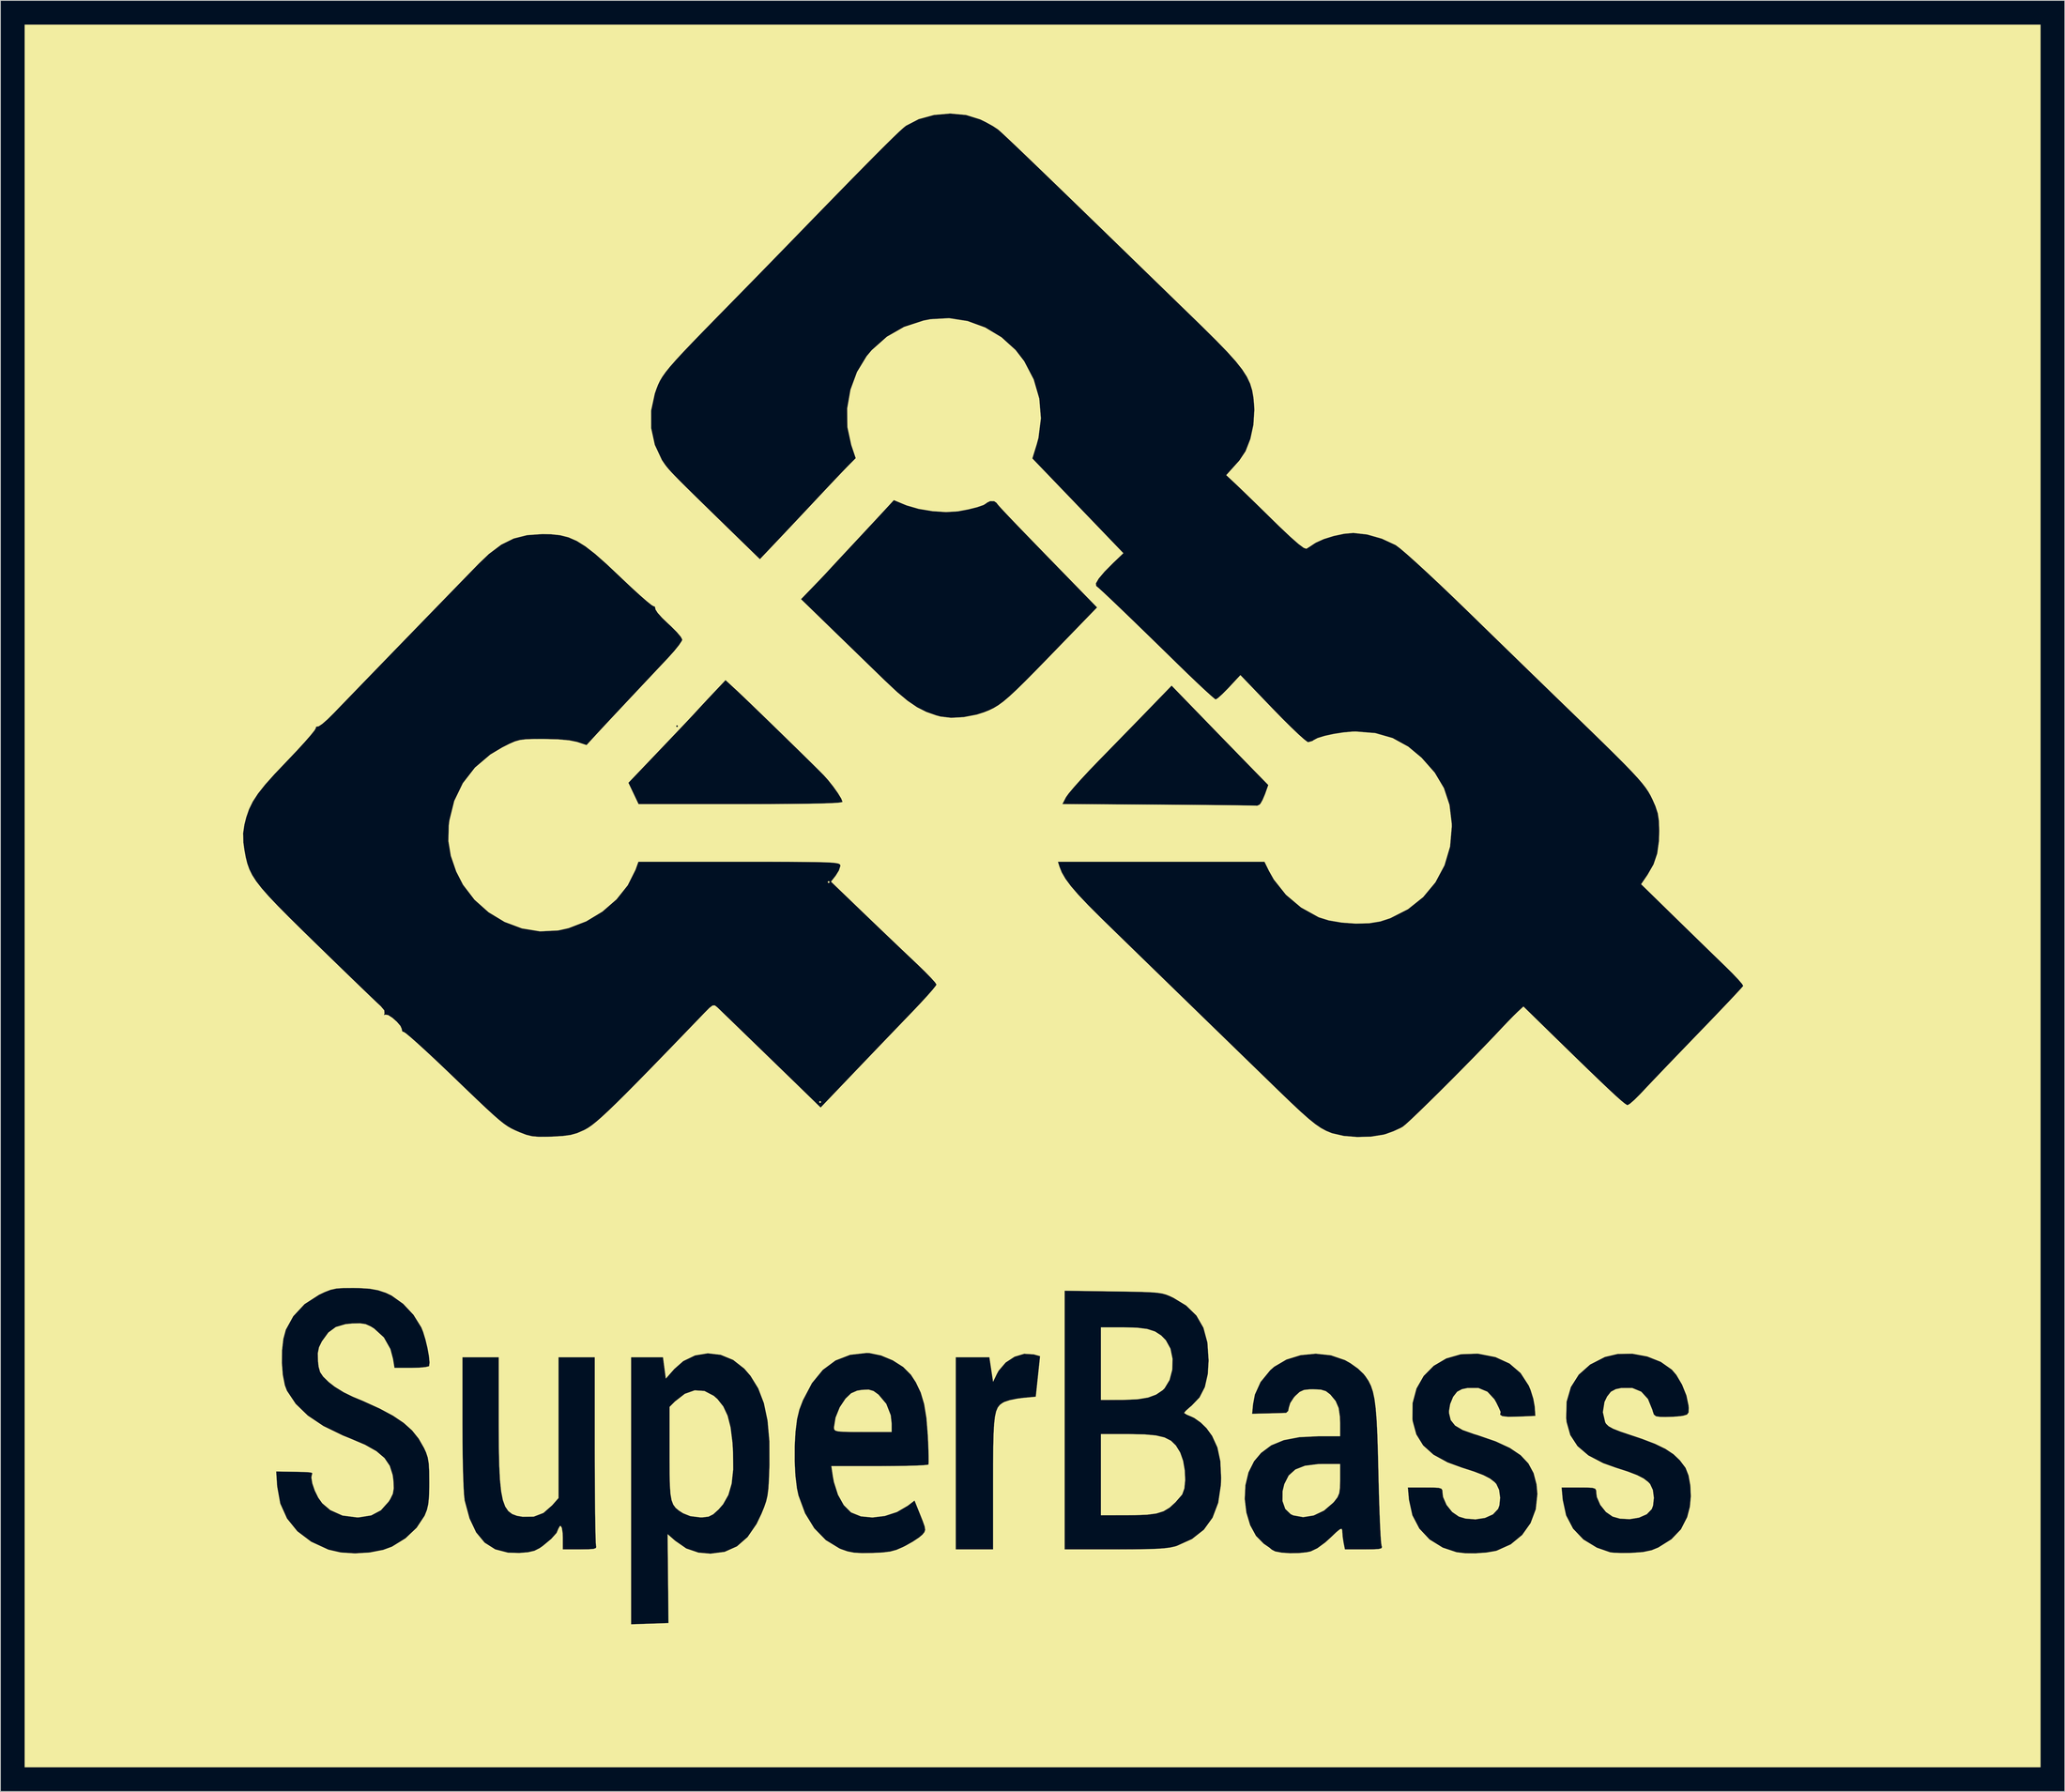
<source format=kicad_pcb>
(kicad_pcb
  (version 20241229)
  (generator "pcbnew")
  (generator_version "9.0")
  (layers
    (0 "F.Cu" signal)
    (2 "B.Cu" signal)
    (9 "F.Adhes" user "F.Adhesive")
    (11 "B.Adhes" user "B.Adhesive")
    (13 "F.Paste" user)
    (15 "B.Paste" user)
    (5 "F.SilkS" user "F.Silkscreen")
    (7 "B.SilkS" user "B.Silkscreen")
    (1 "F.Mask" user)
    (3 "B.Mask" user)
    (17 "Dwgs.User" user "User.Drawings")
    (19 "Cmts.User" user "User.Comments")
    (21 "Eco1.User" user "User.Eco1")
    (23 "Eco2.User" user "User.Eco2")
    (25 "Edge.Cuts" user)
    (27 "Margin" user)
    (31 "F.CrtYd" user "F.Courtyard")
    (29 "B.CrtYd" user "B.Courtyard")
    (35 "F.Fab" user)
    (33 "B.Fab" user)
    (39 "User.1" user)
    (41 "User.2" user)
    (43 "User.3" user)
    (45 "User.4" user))
  (footprint "logo_big"
    (layer "F.Cu")
    (at 124.888 107.955)
    (property "Reference" "logo_big" (at 0 0 0) (layer "F.SilkS") (effects (font (size 1.524 1.524) (thickness 0.3))))
    (attr through_hole)
    (fp_poly (pts (xy -26.194 25.532) (xy -26.326 25.665) (xy -26.458 25.532) (xy -26.326 25.4) (xy -26.194 25.532)) (stroke (width 0.01) (type solid)) (fill yes) (layer "F.SilkS"))
    (fp_poly (pts (xy -25.135 -1.72) (xy -25.268 -1.587) (xy -25.4 -1.72) (xy -25.268 -1.852) (xy -25.135 -1.72)) (stroke (width 0.01) (type solid)) (fill yes) (layer "F.SilkS"))
    (fp_poly (pts (xy 12.947 53.492) (xy 14.209 53.654) (xy 15.166 53.963) (xy 15.928 54.455) (xy 16.507 55.046) (xy 17.081 56.088) (xy 17.342 57.365) (xy 17.3 58.715) (xy 16.967 59.979) (xy 16.353 60.997) (xy 16.099 61.245) (xy 15.294 61.783) (xy 14.316 62.144) (xy 13.058 62.354) (xy 11.414 62.437) (xy 10.914 62.44) (xy 8.467 62.442) (xy 8.467 53.446) (xy 11.271 53.446) (xy 12.947 53.492)) (stroke (width 0.01) (type solid)) (fill yes) (layer "F.SilkS"))
    (fp_poly (pts (xy -19.707 61.34) (xy -19.094 61.784) (xy -18.131 62.927) (xy -17.576 64.338) (xy -17.462 65.384) (xy -17.462 66.41) (xy -21.034 66.41) (xy -22.468 66.407) (xy -23.456 66.388) (xy -24.08 66.34) (xy -24.425 66.25) (xy -24.572 66.105) (xy -24.606 65.892) (xy -24.606 65.846) (xy -24.411 64.637) (xy -23.893 63.356) (xy -23.173 62.278) (xy -22.483 61.62) (xy -21.738 61.295) (xy -21.154 61.198) (xy -20.314 61.161) (xy -19.707 61.34)) (stroke (width 0.01) (type solid)) (fill yes) (layer "F.SilkS"))
    (fp_poly (pts (xy 38.1 72.297) (xy 38.081 73.324) (xy 37.99 74.001) (xy 37.773 74.508) (xy 37.377 75.023) (xy 37.24 75.178) (xy 36.107 76.149) (xy 34.828 76.755) (xy 33.52 76.964) (xy 32.303 76.745) (xy 31.983 76.596) (xy 31.31 75.947) (xy 30.966 74.97) (xy 30.973 73.769) (xy 31.191 72.873) (xy 31.733 71.806) (xy 32.567 71.057) (xy 33.749 70.596) (xy 35.337 70.394) (xy 36.025 70.379) (xy 38.1 70.379) (xy 38.1 72.297)) (stroke (width 0.01) (type solid)) (fill yes) (layer "F.SilkS"))
    (fp_poly (pts (xy 13.832 66.711) (xy 15.267 66.84) (xy 16.343 67.092) (xy 17.143 67.498) (xy 17.75 68.087) (xy 18.248 68.892) (xy 18.305 69.006) (xy 18.649 69.994) (xy 18.851 71.166) (xy 18.905 72.357) (xy 18.805 73.401) (xy 18.545 74.134) (xy 18.49 74.21) (xy 17.699 75.119) (xy 16.98 75.779) (xy 16.226 76.231) (xy 15.329 76.512) (xy 14.181 76.662) (xy 12.676 76.721) (xy 11.576 76.728) (xy 8.467 76.729) (xy 8.467 66.675) (xy 11.955 66.675) (xy 13.832 66.711)) (stroke (width 0.01) (type solid)) (fill yes) (layer "F.SilkS"))
    (fp_poly (pts (xy -40.657 61.335) (xy -39.505 61.936) (xy -39.047 62.341) (xy -38.325 63.252) (xy -37.791 64.393) (xy -37.422 65.845) (xy -37.192 67.689) (xy -37.116 68.924) (xy -37.101 71.078) (xy -37.288 72.815) (xy -37.697 74.217) (xy -38.347 75.364) (xy -38.9 76.002) (xy -39.565 76.604) (xy -40.142 76.898) (xy -40.873 76.989) (xy -41.178 76.993) (xy -42.414 76.839) (xy -43.295 76.486) (xy -43.821 76.15) (xy -44.224 75.815) (xy -44.521 75.409) (xy -44.728 74.861) (xy -44.861 74.098) (xy -44.936 73.048) (xy -44.97 71.638) (xy -44.979 69.797) (xy -44.979 69.033) (xy -44.979 63.308) (xy -44.306 62.635) (xy -43.087 61.686) (xy -41.861 61.253) (xy -40.657 61.335)) (stroke (width 0.01) (type solid)) (fill yes) (layer "F.SilkS"))
    (fp_poly (pts (xy 124.883 107.95) (xy -124.883 107.95) (xy -124.883 71.305) (xy -93.722 71.305) (xy -93.599 73.157) (xy -93.217 75.278) (xy -92.38 77.137) (xy -91.099 78.719) (xy -89.387 80.01) (xy -87.255 80.993) (xy -87.24 80.998) (xy -85.722 81.345) (xy -83.955 81.459) (xy -82.134 81.348) (xy -80.457 81.022) (xy -79.375 80.626) (xy -77.698 79.592) (xy -76.314 78.284) (xy -75.337 76.81) (xy -75.299 76.729) (xy -75.038 76.072) (xy -74.872 75.357) (xy -74.781 74.444) (xy -74.747 73.193) (xy -74.745 72.628) (xy -74.759 71.275) (xy -74.815 70.306) (xy -74.937 69.576) (xy -75.146 68.942) (xy -75.395 68.397) (xy -76.06 67.238) (xy -76.878 66.217) (xy -77.914 65.286) (xy -79.233 64.397) (xy -80.902 63.503) (xy -82.986 62.557) (xy -84.217 62.045) (xy -85.343 61.496) (xy -86.46 60.806) (xy -87.21 60.223) (xy -87.895 59.553) (xy -88.273 58.994) (xy -88.458 58.332) (xy -88.532 57.679) (xy -88.564 56.677) (xy -88.412 55.921) (xy -88.053 55.191) (xy -87.254 54.092) (xy -86.331 53.411) (xy -85.14 53.059) (xy -84.333 52.976) (xy -83.337 52.951) (xy -82.635 53.056) (xy -81.997 53.343) (xy -81.582 53.602) (xy -80.378 54.702) (xy -79.569 56.137) (xy -79.248 57.348) (xy -79.064 58.473) (xy -76.986 58.473) (xy -75.99 58.446) (xy -75.215 58.375) (xy -74.799 58.274) (xy -74.769 58.247) (xy -74.713 57.806) (xy -74.776 57.15) (xy -70.644 57.15) (xy -70.644 65.339) (xy -70.634 67.619) (xy -70.608 69.717) (xy -70.565 71.563) (xy -70.51 73.089) (xy -70.443 74.227) (xy -70.366 74.908) (xy -70.362 74.93) (xy -69.767 77.129) (xy -68.95 78.855) (xy -67.894 80.127) (xy -66.583 80.959) (xy -64.999 81.369) (xy -63.604 81.408) (xy -62.501 81.316) (xy -61.725 81.136) (xy -61.074 80.808) (xy -60.694 80.542) (xy -59.638 79.666) (xy -58.974 78.925) (xy -58.746 78.383) (xy -58.57 78.075) (xy -58.473 78.052) (xy -58.328 78.291) (xy -58.232 78.908) (xy -58.208 79.507) (xy -58.208 80.963) (xy -56.063 80.963) (xy -55 80.949) (xy -54.373 80.897) (xy -54.091 80.787) (xy -54.061 80.599) (xy -54.079 80.544) (xy -54.113 80.198) (xy -54.144 79.38) (xy -54.172 78.145) (xy -54.197 76.55) (xy -54.216 74.652) (xy -54.23 72.506) (xy -54.238 70.17) (xy -54.24 68.638) (xy -54.24 57.15) (xy -49.742 57.15) (xy -49.742 90.244) (xy -47.427 90.167) (xy -45.111 90.091) (xy -45.165 84.584) (xy -45.219 79.077) (xy -44.296 79.888) (xy -42.915 80.847) (xy -41.404 81.362) (xy -39.909 81.492) (xy -38.155 81.268) (xy -36.63 80.59) (xy -35.315 79.443) (xy -34.195 77.815) (xy -33.592 76.558) (xy -33.25 75.721) (xy -33.007 75.015) (xy -32.843 74.312) (xy -32.736 73.49) (xy -32.666 72.424) (xy -32.613 70.988) (xy -32.599 70.5) (xy -32.6 70.032) (xy -29.482 70.032) (xy -29.39 71.827) (xy -29.199 73.404) (xy -29.011 74.283) (xy -28.192 76.494) (xy -27.051 78.351) (xy -25.622 79.815) (xy -23.935 80.844) (xy -23.724 80.933) (xy -22.927 81.211) (xy -22.121 81.368) (xy -21.132 81.425) (xy -19.844 81.407) (xy -18.568 81.345) (xy -17.637 81.23) (xy -16.868 81.021) (xy -16.075 80.679) (xy -15.743 80.512) (xy -14.84 80.004) (xy -14.071 79.495) (xy -13.65 79.139) (xy -13.402 78.833) (xy -13.304 78.536) (xy -13.37 78.11) (xy -13.615 77.422) (xy -13.885 76.743) (xy -14.625 74.906) (xy -15.466 75.548) (xy -16.805 76.329) (xy -18.312 76.82) (xy -19.848 77.005) (xy -21.276 76.867) (xy -22.458 76.391) (xy -22.52 76.35) (xy -23.394 75.474) (xy -24.11 74.192) (xy -24.613 72.614) (xy -24.745 71.901) (xy -24.931 70.644) (xy -18.963 70.644) (xy -17.243 70.635) (xy -15.708 70.612) (xy -14.436 70.576) (xy -13.501 70.529) (xy -12.98 70.475) (xy -12.899 70.445) (xy -12.876 70.12) (xy -12.881 69.373) (xy -12.913 68.308) (xy -12.969 67.032) (xy -12.981 66.807) (xy -13.15 64.679) (xy -13.431 62.955) (xy -13.858 61.52) (xy -14.463 60.254) (xy -15.077 59.314) (xy -16.027 58.36) (xy -17.32 57.536) (xy -18.247 57.15) (xy -9.525 57.15) (xy -9.525 80.963) (xy 3.969 80.963) (xy 10.272 80.963) (xy 12.385 80.956) (xy 14.043 80.934) (xy 15.321 80.893) (xy 16.291 80.828) (xy 17.029 80.734) (xy 17.608 80.608) (xy 17.878 80.526) (xy 19.755 79.679) (xy 21.226 78.522) (xy 22.304 77.033) (xy 23.002 75.194) (xy 23.074 74.713) (xy 26.283 74.713) (xy 26.485 76.402) (xy 26.955 77.967) (xy 27.679 79.293) (xy 28.642 80.267) (xy 28.773 80.354) (xy 29.316 80.727) (xy 29.628 80.989) (xy 29.633 80.996) (xy 30.06 81.217) (xy 30.861 81.367) (xy 31.883 81.438) (xy 32.975 81.423) (xy 33.986 81.316) (xy 34.463 81.213) (xy 35.285 80.821) (xy 36.273 80.095) (xy 36.911 79.517) (xy 37.642 78.821) (xy 38.079 78.465) (xy 38.295 78.411) (xy 38.363 78.617) (xy 38.365 78.703) (xy 38.418 79.413) (xy 38.53 80.136) (xy 38.695 80.963) (xy 41.072 80.963) (xy 42.196 80.954) (xy 42.881 80.915) (xy 43.218 80.826) (xy 43.297 80.669) (xy 43.243 80.499) (xy 43.188 80.129) (xy 43.126 79.297) (xy 43.062 78.07) (xy 42.997 76.516) (xy 42.936 74.702) (xy 42.897 73.29) (xy 46.493 73.29) (xy 46.633 74.83) (xy 47.052 76.734) (xy 47.916 78.385) (xy 49.186 79.736) (xy 50.82 80.745) (xy 52.52 81.311) (xy 53.575 81.439) (xy 54.899 81.449) (xy 56.244 81.353) (xy 57.366 81.159) (xy 57.516 81.117) (xy 59.248 80.339) (xy 60.658 79.18) (xy 61.705 77.707) (xy 62.349 75.988) (xy 62.55 74.089) (xy 62.478 73.29) (xy 65.543 73.29) (xy 65.683 74.83) (xy 66.099 76.746) (xy 66.959 78.389) (xy 68.239 79.734) (xy 69.915 80.753) (xy 71.57 81.327) (xy 72.079 81.382) (xy 72.946 81.408) (xy 74.002 81.4) (xy 74.217 81.395) (xy 75.622 81.294) (xy 76.695 81.068) (xy 77.524 80.731) (xy 79.159 79.706) (xy 80.335 78.475) (xy 81.107 76.968) (xy 81.444 75.671) (xy 81.561 74.379) (xy 81.498 73.024) (xy 81.275 71.793) (xy 80.914 70.874) (xy 80.876 70.813) (xy 80.197 69.917) (xy 79.405 69.164) (xy 78.411 68.503) (xy 77.13 67.882) (xy 75.474 67.249) (xy 74.126 66.798) (xy 72.821 66.359) (xy 71.936 66.01) (xy 71.379 65.704) (xy 71.059 65.396) (xy 70.948 65.202) (xy 70.661 63.963) (xy 70.862 62.695) (xy 71.186 62.024) (xy 71.656 61.428) (xy 72.256 61.109) (xy 72.936 60.966) (xy 74.31 60.967) (xy 75.412 61.422) (xy 76.241 62.329) (xy 76.793 63.687) (xy 76.829 63.831) (xy 76.972 64.253) (xy 77.237 64.47) (xy 77.773 64.549) (xy 78.421 64.558) (xy 79.396 64.529) (xy 80.276 64.455) (xy 80.604 64.405) (xy 81.085 64.264) (xy 81.286 63.989) (xy 81.299 63.409) (xy 81.279 63.148) (xy 81.014 61.888) (xy 80.473 60.543) (xy 79.763 59.338) (xy 79.205 58.686) (xy 77.834 57.722) (xy 76.16 57.058) (xy 74.336 56.72) (xy 72.513 56.739) (xy 70.908 57.117) (xy 69.078 58.055) (xy 67.666 59.308) (xy 66.69 60.848) (xy 66.165 62.65) (xy 66.108 64.685) (xy 66.165 65.202) (xy 66.615 66.798) (xy 67.51 68.168) (xy 68.865 69.324) (xy 70.695 70.281) (xy 72.214 70.823) (xy 73.773 71.328) (xy 74.909 71.766) (xy 75.713 72.18) (xy 76.28 72.617) (xy 76.506 72.859) (xy 76.85 73.597) (xy 76.978 74.573) (xy 76.873 75.536) (xy 76.708 75.975) (xy 76.098 76.602) (xy 75.138 77.025) (xy 73.978 77.217) (xy 72.765 77.149) (xy 71.866 76.892) (xy 71.036 76.32) (xy 70.34 75.448) (xy 69.916 74.477) (xy 69.85 73.986) (xy 69.832 73.643) (xy 69.705 73.436) (xy 69.364 73.332) (xy 68.7 73.294) (xy 67.697 73.29) (xy 65.543 73.29) (xy 62.478 73.29) (xy 62.443 72.898) (xy 62.075 71.502) (xy 61.433 70.31) (xy 60.467 69.283) (xy 59.128 68.383) (xy 57.366 67.568) (xy 55.133 66.8) (xy 54.688 66.667) (xy 53.288 66.171) (xy 52.35 65.615) (xy 51.81 64.937) (xy 51.602 64.079) (xy 51.594 63.826) (xy 51.739 62.961) (xy 52.094 62.094) (xy 52.136 62.024) (xy 52.606 61.428) (xy 53.206 61.109) (xy 53.886 60.966) (xy 55.248 60.967) (xy 56.35 61.426) (xy 57.21 62.354) (xy 57.444 62.763) (xy 57.773 63.435) (xy 57.963 63.876) (xy 57.983 63.963) (xy 57.918 64.27) (xy 58.201 64.454) (xy 58.89 64.532) (xy 60.042 64.517) (xy 60.121 64.514) (xy 62.299 64.423) (xy 62.214 63.234) (xy 62.043 62.29) (xy 61.705 61.208) (xy 61.478 60.668) (xy 60.467 59.108) (xy 59.09 57.928) (xy 57.353 57.133) (xy 55.259 56.724) (xy 55.091 56.71) (xy 53.067 56.78) (xy 51.253 57.298) (xy 49.698 58.212) (xy 48.452 59.471) (xy 47.564 61.022) (xy 47.084 62.814) (xy 47.06 64.795) (xy 47.096 65.092) (xy 47.539 66.711) (xy 48.388 68.083) (xy 49.671 69.233) (xy 51.413 70.185) (xy 53.164 70.823) (xy 54.723 71.328) (xy 55.859 71.766) (xy 56.663 72.18) (xy 57.23 72.617) (xy 57.456 72.859) (xy 57.797 73.589) (xy 57.929 74.558) (xy 57.833 75.512) (xy 57.671 75.95) (xy 57.037 76.618) (xy 56.056 77.058) (xy 54.873 77.241) (xy 53.63 77.14) (xy 52.816 76.892) (xy 51.986 76.32) (xy 51.29 75.448) (xy 50.866 74.477) (xy 50.8 73.986) (xy 50.782 73.643) (xy 50.655 73.436) (xy 50.314 73.332) (xy 49.65 73.294) (xy 48.647 73.29) (xy 46.493 73.29) (xy 42.897 73.29) (xy 42.88 72.695) (xy 42.854 71.57) (xy 42.789 68.899) (xy 42.717 66.698) (xy 42.628 64.909) (xy 42.513 63.473) (xy 42.365 62.331) (xy 42.173 61.424) (xy 41.93 60.693) (xy 41.626 60.079) (xy 41.253 59.524) (xy 41.003 59.209) (xy 40.311 58.552) (xy 39.372 57.883) (xy 38.698 57.504) (xy 36.96 56.911) (xy 35.088 56.713) (xy 33.21 56.894) (xy 31.451 57.437) (xy 29.937 58.324) (xy 29.435 58.765) (xy 28.242 60.223) (xy 27.538 61.779) (xy 27.313 62.971) (xy 27.198 64.161) (xy 29.143 64.115) (xy 30.14 64.089) (xy 30.947 64.066) (xy 31.401 64.05) (xy 31.419 64.049) (xy 31.674 63.808) (xy 31.75 63.407) (xy 31.927 62.831) (xy 32.369 62.152) (xy 32.546 61.952) (xy 33.09 61.454) (xy 33.629 61.205) (xy 34.384 61.123) (xy 34.783 61.119) (xy 35.714 61.166) (xy 36.334 61.354) (xy 36.855 61.75) (xy 36.915 61.81) (xy 37.546 62.579) (xy 37.916 63.437) (xy 38.078 64.549) (xy 38.1 65.369) (xy 38.1 66.94) (xy 35.364 66.94) (xy 33.034 67.057) (xy 31.122 67.424) (xy 29.567 68.064) (xy 28.31 69.001) (xy 27.437 70.038) (xy 26.745 71.417) (xy 26.365 73.013) (xy 26.283 74.713) (xy 23.074 74.713) (xy 23.333 72.985) (xy 23.364 72.099) (xy 23.266 70.027) (xy 22.903 68.326) (xy 22.246 66.891) (xy 21.546 65.932) (xy 20.827 65.235) (xy 20.048 64.684) (xy 19.703 64.519) (xy 19.106 64.268) (xy 18.797 64.07) (xy 18.785 64.042) (xy 18.973 63.804) (xy 19.447 63.375) (xy 19.7 63.167) (xy 20.685 62.14) (xy 21.347 60.852) (xy 21.714 59.231) (xy 21.814 57.547) (xy 21.665 55.335) (xy 21.169 53.497) (xy 20.299 51.983) (xy 19.028 50.744) (xy 17.464 49.796) (xy 16.981 49.566) (xy 16.538 49.39) (xy 16.055 49.26) (xy 15.452 49.167) (xy 14.65 49.104) (xy 13.568 49.06) (xy 12.127 49.028) (xy 10.246 49) (xy 9.988 48.996) (xy 3.969 48.912) (xy 3.969 80.963) (xy -9.525 80.963) (xy -4.895 80.962) (xy -4.895 72.826) (xy -4.891 70.33) (xy -4.873 68.307) (xy -4.834 66.704) (xy -4.766 65.466) (xy -4.662 64.537) (xy -4.514 63.862) (xy -4.314 63.388) (xy -4.055 63.058) (xy -3.729 62.819) (xy -3.488 62.691) (xy -2.831 62.473) (xy -1.89 62.283) (xy -1.191 62.193) (xy 0.397 62.045) (xy 0.663 59.531) (xy 0.929 57.018) (xy 0.139 56.796) (xy -1.034 56.723) (xy -2.238 57.084) (xy -3.341 57.807) (xy -4.21 58.822) (xy -4.426 59.216) (xy -4.893 60.193) (xy -5.123 58.671) (xy -5.352 57.15) (xy -9.525 57.15) (xy -18.247 57.15) (xy -18.775 56.931) (xy -20.206 56.636) (xy -20.561 56.621) (xy -22.611 56.853) (xy -24.422 57.551) (xy -25.996 58.718) (xy -27.339 60.358) (xy -28.454 62.472) (xy -28.9 63.632) (xy -29.185 64.82) (xy -29.378 66.381) (xy -29.478 68.168) (xy -29.482 70.032) (xy -32.6 70.032) (xy -32.608 67.527) (xy -32.835 64.99) (xy -33.291 62.833) (xy -33.992 61.004) (xy -34.952 59.449) (xy -35.72 58.561) (xy -37.099 57.483) (xy -38.637 56.852) (xy -40.241 56.666) (xy -41.821 56.925) (xy -43.284 57.628) (xy -44.398 58.609) (xy -45.441 59.793) (xy -45.616 58.472) (xy -45.791 57.15) (xy -49.742 57.15) (xy -54.24 57.15) (xy -58.737 57.15) (xy -58.737 74.594) (xy -59.53 75.497) (xy -60.607 76.441) (xy -61.802 76.899) (xy -63.165 76.921) (xy -63.884 76.799) (xy -64.478 76.577) (xy -64.959 76.21) (xy -65.34 75.651) (xy -65.63 74.853) (xy -65.843 73.769) (xy -65.989 72.354) (xy -66.081 70.561) (xy -66.129 68.343) (xy -66.145 65.653) (xy -66.146 64.942) (xy -66.146 57.15) (xy -70.644 57.15) (xy -74.776 57.15) (xy -74.789 57.012) (xy -74.968 56.014) (xy -75.219 54.962) (xy -75.511 54.006) (xy -75.738 53.446) (xy -76.706 51.893) (xy -77.981 50.535) (xy -79.423 49.507) (xy -80.131 49.171) (xy -81.105 48.851) (xy -82.144 48.663) (xy -83.434 48.579) (xy -84.143 48.568) (xy -85.375 48.575) (xy -86.26 48.639) (xy -86.982 48.797) (xy -87.723 49.085) (xy -88.412 49.412) (xy -90.205 50.568) (xy -91.602 52.066) (xy -92.525 53.739) (xy -92.833 54.873) (xy -92.995 56.299) (xy -93.017 57.848) (xy -92.9 59.348) (xy -92.648 60.628) (xy -92.388 61.31) (xy -91.301 62.934) (xy -89.807 64.381) (xy -87.871 65.678) (xy -85.459 66.85) (xy -84.581 67.203) (xy -82.706 68.002) (xy -81.298 68.797) (xy -80.299 69.646) (xy -79.649 70.605) (xy -79.29 71.733) (xy -79.195 72.441) (xy -79.154 73.393) (xy -79.268 74.075) (xy -79.594 74.739) (xy -79.79 75.045) (xy -80.745 76.112) (xy -81.947 76.749) (xy -83.463 76.99) (xy -83.717 76.994) (xy -85.501 76.766) (xy -87.017 76.089) (xy -88.008 75.248) (xy -88.503 74.553) (xy -88.933 73.678) (xy -89.237 72.788) (xy -89.358 72.05) (xy -89.288 71.689) (xy -89.231 71.549) (xy -89.326 71.457) (xy -89.662 71.4) (xy -90.326 71.366) (xy -91.408 71.343) (xy -91.774 71.337) (xy -93.722 71.305) (xy -124.883 71.305) (xy -124.883 -7.76) (xy -97.819 -7.76) (xy -97.789 -6.63) (xy -97.654 -5.66) (xy -97.493 -4.795) (xy -97.303 -4.024) (xy -97.047 -3.302) (xy -96.691 -2.581) (xy -96.197 -1.815) (xy -95.529 -0.956) (xy -94.653 0.042) (xy -93.532 1.225) (xy -92.13 2.641) (xy -90.411 4.337) (xy -88.697 6.01) (xy -87.048 7.615) (xy -85.495 9.122) (xy -84.084 10.487) (xy -82.862 11.666) (xy -81.875 12.613) (xy -81.169 13.286) (xy -80.79 13.638) (xy -80.768 13.657) (xy -80.324 14.184) (xy -80.308 14.564) (xy -80.368 14.774) (xy -80.206 14.707) (xy -79.851 14.76) (xy -79.322 15.1) (xy -78.764 15.594) (xy -78.324 16.108) (xy -78.149 16.509) (xy -78.159 16.566) (xy -78.072 16.82) (xy -77.945 16.834) (xy -77.677 17.003) (xy -77.081 17.495) (xy -76.208 18.267) (xy -75.107 19.271) (xy -73.83 20.462) (xy -72.428 21.795) (xy -72.052 22.156) (xy -70.298 23.843) (xy -68.876 25.204) (xy -67.737 26.28) (xy -66.832 27.111) (xy -66.112 27.74) (xy -65.528 28.207) (xy -65.031 28.552) (xy -64.572 28.818) (xy -64.103 29.045) (xy -63.573 29.274) (xy -63.539 29.288) (xy -62.745 29.593) (xy -62.022 29.771) (xy -61.196 29.845) (xy -60.09 29.839) (xy -59.509 29.819) (xy -58.199 29.743) (xy -57.235 29.613) (xy -56.436 29.389) (xy -55.618 29.032) (xy -55.449 28.948) (xy -55.06 28.725) (xy -54.604 28.409) (xy -54.054 27.972) (xy -53.383 27.387) (xy -52.564 26.628) (xy -51.569 25.669) (xy -50.372 24.483) (xy -48.944 23.043) (xy -47.259 21.323) (xy -45.29 19.295) (xy -43.009 16.934) (xy -40.651 14.486) (xy -40.03 13.86) (xy -39.644 13.571) (xy -39.366 13.566) (xy -39.072 13.795) (xy -39.041 13.824) (xy -38.575 14.274) (xy -37.798 15.025) (xy -36.78 16.01) (xy -35.59 17.163) (xy -34.296 18.417) (xy -32.968 19.704) (xy -31.674 20.959) (xy -30.485 22.113) (xy -29.469 23.099) (xy -28.807 23.743) (xy -26.261 26.22) (xy -22.14 21.907) (xy -20.698 20.4) (xy -19.146 18.78) (xy -17.602 17.171) (xy -16.183 15.695) (xy -15.007 14.473) (xy -14.962 14.427) (xy -13.944 13.355) (xy -13.07 12.404) (xy -12.4 11.642) (xy -11.997 11.139) (xy -11.906 10.975) (xy -12.089 10.698) (xy -12.591 10.139) (xy -13.338 9.373) (xy -14.261 8.476) (xy -14.486 8.263) (xy -15.526 7.279) (xy -16.83 6.039) (xy -18.281 4.655) (xy -19.762 3.238) (xy -21.019 2.031) (xy -24.973 -1.771) (xy -24.393 -2.509) (xy -23.997 -3.146) (xy -23.814 -3.704) (xy -23.812 -3.74) (xy -23.831 -3.854) (xy -23.915 -3.949) (xy -24.11 -4.027) (xy -24.46 -4.089) (xy -25.009 -4.137) (xy -25.802 -4.173) (xy -26.882 -4.199) (xy -28.294 -4.216) (xy -30.083 -4.226) (xy -32.292 -4.232) (xy -34.966 -4.233) (xy -36.327 -4.233) (xy -48.842 -4.233) (xy -49.2 -3.241) (xy -50.161 -1.323) (xy -51.555 0.426) (xy -53.299 1.939) (xy -55.308 3.149) (xy -57.495 3.99) (xy -58.766 4.274) (xy -61.025 4.39) (xy -63.268 4.024) (xy -65.42 3.219) (xy -67.404 2.02) (xy -69.146 0.469) (xy -70.569 -1.388) (xy -71.409 -3.024) (xy -72.08 -4.976) (xy -72.38 -6.797) (xy -72.336 -8.7) (xy -72.258 -9.342) (xy -71.656 -11.771) (xy -70.59 -13.972) (xy -70.551 -14.022) (xy -50.079 -14.022) (xy -49.451 -12.699) (xy -48.823 -11.377) (xy -36.185 -11.377) (xy -32.928 -11.382) (xy -32.782 -11.382) (xy 3.693 -11.382) (xy 15.671 -11.311) (xy 18.139 -11.295) (xy 20.442 -11.277) (xy 22.528 -11.259) (xy 24.342 -11.24) (xy 25.831 -11.221) (xy 26.942 -11.204) (xy 27.62 -11.187) (xy 27.815 -11.176) (xy 28.1 -11.294) (xy 28.244 -11.443) (xy 28.502 -11.9) (xy 28.8 -12.604) (xy 28.856 -12.759) (xy 29.205 -13.743) (xy 26.936 -16.066) (xy 26 -17.026) (xy 24.805 -18.254) (xy 23.461 -19.635) (xy 22.079 -21.058) (xy 20.947 -22.225) (xy 17.225 -26.061) (xy 14.533 -23.283) (xy 13.425 -22.142) (xy 12.074 -20.754) (xy 10.608 -19.25) (xy 9.154 -17.76) (xy 8.204 -16.788) (xy 7.046 -15.585) (xy 5.994 -14.455) (xy 5.115 -13.471) (xy 4.474 -12.708) (xy 4.138 -12.241) (xy 4.13 -12.227) (xy 3.693 -11.382) (xy -32.782 -11.382) (xy -30.183 -11.396) (xy -27.936 -11.42) (xy -26.17 -11.454) (xy -24.869 -11.499) (xy -24.017 -11.555) (xy -23.599 -11.622) (xy -23.548 -11.66) (xy -23.707 -12.071) (xy -24.121 -12.748) (xy -24.698 -13.559) (xy -25.345 -14.372) (xy -25.863 -14.949) (xy -26.428 -15.519) (xy -27.3 -16.384) (xy -28.406 -17.473) (xy -29.674 -18.714) (xy -31.028 -20.036) (xy -32.397 -21.368) (xy -33.706 -22.637) (xy -34.882 -23.773) (xy -35.851 -24.703) (xy -36.541 -25.357) (xy -36.683 -25.488) (xy -38.044 -26.743) (xy -39.491 -25.211) (xy -40.295 -24.357) (xy -41.057 -23.539) (xy -41.623 -22.925) (xy -41.658 -22.886) (xy -41.948 -22.57) (xy -42.34 -22.15) (xy -42.872 -21.584) (xy -43.585 -20.832) (xy -44.517 -19.852) (xy -45.707 -18.603) (xy -47.195 -17.042) (xy -48.5 -15.676) (xy -50.079 -14.022) (xy -70.551 -14.022) (xy -69.09 -15.902) (xy -67.187 -17.518) (xy -65.725 -18.392) (xy -64.832 -18.844) (xy -64.142 -19.143) (xy -63.504 -19.322) (xy -62.768 -19.412) (xy -61.784 -19.443) (xy -60.611 -19.447) (xy -58.832 -19.403) (xy -57.41 -19.277) (xy -56.428 -19.076) (xy -56.406 -19.068) (xy -55.265 -18.69) (xy -54.067 -19.994) (xy -53.55 -20.554) (xy -53.103 -21.034) (xy -44.185 -21.034) (xy -44.053 -20.902) (xy -43.921 -21.034) (xy -44.053 -21.167) (xy -44.185 -21.034) (xy -53.103 -21.034) (xy -52.861 -21.295) (xy -51.969 -22.249) (xy -50.843 -23.45) (xy -49.455 -24.928) (xy -47.772 -26.718) (xy -45.764 -28.851) (xy -45.152 -29.501) (xy -44.397 -30.342) (xy -43.805 -31.077) (xy -43.457 -31.6) (xy -43.4 -31.76) (xy -43.583 -32.11) (xy -44.079 -32.696) (xy -44.796 -33.414) (xy -45.125 -33.716) (xy -45.887 -34.445) (xy -46.448 -35.071) (xy -46.723 -35.496) (xy -46.733 -35.592) (xy -46.804 -35.865) (xy -46.936 -35.884) (xy -47.218 -36.05) (xy -47.816 -36.531) (xy -48.091 -36.771) (xy -28.695 -36.771) (xy -24.997 -33.179) (xy -23.57 -31.793) (xy -22.01 -30.279) (xy -20.459 -28.773) (xy -19.056 -27.411) (xy -18.298 -26.675) (xy -16.776 -25.25) (xy -15.482 -24.173) (xy -14.314 -23.378) (xy -13.169 -22.799) (xy -11.945 -22.37) (xy -11.411 -22.225) (xy -10.098 -22.07) (xy -8.534 -22.157) (xy -6.93 -22.464) (xy -6.025 -22.75) (xy -5.403 -22.998) (xy -4.826 -23.277) (xy -4.246 -23.627) (xy -3.613 -24.092) (xy -2.878 -24.715) (xy -1.992 -25.538) (xy -0.906 -26.603) (xy 0.431 -27.954) (xy 2.066 -29.632) (xy 2.658 -30.242) (xy 7.992 -35.746) (xy 5.234 -38.577) (xy 3.038 -40.832) (xy 1.186 -42.737) (xy -0.35 -44.32) (xy -1.595 -45.608) (xy -2.576 -46.629) (xy -3.32 -47.412) (xy -3.853 -47.984) (xy -4.203 -48.372) (xy -4.395 -48.605) (xy -4.454 -48.699) (xy -4.76 -48.911) (xy -5.259 -48.92) (xy -5.656 -48.729) (xy -5.684 -48.691) (xy -6.064 -48.445) (xy -6.857 -48.169) (xy -7.955 -47.893) (xy -9.244 -47.651) (xy -9.27 -47.647) (xy -10.722 -47.559) (xy -12.416 -47.672) (xy -14.118 -47.956) (xy -15.594 -48.383) (xy -15.769 -48.453) (xy -17.192 -49.043) (xy -18.272 -47.871) (xy -18.842 -47.255) (xy -19.677 -46.356) (xy -20.681 -45.279) (xy -21.755 -44.127) (xy -22.178 -43.674) (xy -23.181 -42.599) (xy -24.081 -41.632) (xy -24.804 -40.854) (xy -25.277 -40.341) (xy -25.4 -40.206) (xy -25.772 -39.807) (xy -26.389 -39.157) (xy -27.128 -38.389) (xy -27.246 -38.267) (xy -28.695 -36.771) (xy -48.091 -36.771) (xy -48.665 -37.273) (xy -49.703 -38.22) (xy -50.868 -39.318) (xy -51.082 -39.523) (xy -52.777 -41.122) (xy -54.192 -42.372) (xy -55.402 -43.313) (xy -56.481 -43.986) (xy -57.506 -44.433) (xy -58.551 -44.696) (xy -59.692 -44.817) (xy -60.722 -44.838) (xy -62.629 -44.704) (xy -64.295 -44.284) (xy -65.837 -43.523) (xy -67.372 -42.367) (xy -68.605 -41.19) (xy -69.671 -40.097) (xy -70.97 -38.761) (xy -72.455 -37.233) (xy -74.075 -35.566) (xy -75.78 -33.809) (xy -77.521 -32.015) (xy -79.248 -30.235) (xy -80.911 -28.519) (xy -82.46 -26.92) (xy -83.846 -25.488) (xy -85.019 -24.275) (xy -85.93 -23.333) (xy -86.527 -22.711) (xy -86.58 -22.656) (xy -87.354 -21.889) (xy -88.01 -21.318) (xy -88.455 -21.019) (xy -88.579 -21) (xy -88.791 -20.952) (xy -88.804 -20.807) (xy -88.969 -20.516) (xy -89.452 -19.913) (xy -90.196 -19.061) (xy -91.147 -18.022) (xy -92.248 -16.86) (xy -92.44 -16.661) (xy -93.936 -15.089) (xy -95.094 -13.792) (xy -95.969 -12.69) (xy -96.614 -11.703) (xy -97.083 -10.749) (xy -97.429 -9.748) (xy -97.66 -8.835) (xy -97.819 -7.76) (xy -124.883 -7.76) (xy -124.883 -60.122) (xy -47.268 -60.122) (xy -47.263 -57.969) (xy -46.81 -55.891) (xy -45.926 -54) (xy -45.549 -53.446) (xy -45.342 -53.175) (xy -45.101 -52.884) (xy -44.786 -52.533) (xy -44.361 -52.084) (xy -43.787 -51.498) (xy -43.025 -50.738) (xy -42.037 -49.764) (xy -40.785 -48.538) (xy -39.231 -47.021) (xy -37.336 -45.175) (xy -37.295 -45.135) (xy -33.787 -41.719) (xy -31.644 -43.979) (xy -30.657 -45.023) (xy -29.446 -46.308) (xy -28.147 -47.689) (xy -26.897 -49.021) (xy -26.591 -49.348) (xy -25.524 -50.484) (xy -24.512 -51.555) (xy -23.643 -52.469) (xy -23.004 -53.134) (xy -22.795 -53.346) (xy -21.911 -54.236) (xy -22.465 -55.877) (xy -22.944 -58.087) (xy -22.969 -60.407) (xy -22.563 -62.72) (xy -21.753 -64.913) (xy -20.562 -66.871) (xy -19.927 -67.625) (xy -18.049 -69.289) (xy -15.923 -70.503) (xy -13.503 -71.291) (xy -12.649 -71.458) (xy -10.35 -71.585) (xy -8.06 -71.228) (xy -5.866 -70.425) (xy -3.853 -69.215) (xy -2.11 -67.638) (xy -1.041 -66.251) (xy 0.135 -63.995) (xy 0.828 -61.614) (xy 1.029 -59.176) (xy 0.725 -56.754) (xy 0.513 -55.97) (xy -0.032 -54.205) (xy 11.245 -42.466) (xy 9.995 -41.275) (xy 8.917 -40.189) (xy 8.19 -39.327) (xy 7.837 -38.719) (xy 7.881 -38.4) (xy 7.886 -38.397) (xy 8.21 -38.127) (xy 8.886 -37.507) (xy 9.894 -36.557) (xy 11.208 -35.299) (xy 12.809 -33.754) (xy 14.671 -31.945) (xy 16.774 -29.893) (xy 17.902 -28.79) (xy 19.18 -27.547) (xy 20.34 -26.438) (xy 21.327 -25.514) (xy 22.085 -24.826) (xy 22.559 -24.424) (xy 22.691 -24.342) (xy 22.978 -24.523) (xy 23.513 -25.003) (xy 24.192 -25.687) (xy 24.345 -25.85) (xy 25.749 -27.359) (xy 29.742 -23.202) (xy 30.931 -21.983) (xy 32.017 -20.905) (xy 32.942 -20.024) (xy 33.645 -19.396) (xy 34.068 -19.077) (xy 34.144 -19.048) (xy 34.67 -19.196) (xy 34.806 -19.294) (xy 35.307 -19.56) (xy 36.188 -19.83) (xy 37.303 -20.074) (xy 38.505 -20.262) (xy 39.647 -20.363) (xy 40.044 -20.373) (xy 42.467 -20.175) (xy 44.608 -19.56) (xy 46.549 -18.494) (xy 48.198 -17.118) (xy 49.826 -15.273) (xy 50.964 -13.36) (xy 51.652 -11.289) (xy 51.931 -8.97) (xy 51.94 -8.621) (xy 51.725 -6.122) (xy 51.035 -3.793) (xy 49.91 -1.688) (xy 48.391 0.14) (xy 46.517 1.638) (xy 44.328 2.752) (xy 43.07 3.165) (xy 41.699 3.386) (xy 40.046 3.428) (xy 38.311 3.305) (xy 36.697 3.031) (xy 35.454 2.642) (xy 33.27 1.434) (xy 31.39 -0.149) (xy 29.888 -2.039) (xy 29.286 -3.109) (xy 28.734 -4.233) (xy 3.139 -4.233) (xy 3.323 -3.638) (xy 3.614 -2.908) (xy 4.072 -2.118) (xy 4.742 -1.213) (xy 5.668 -0.14) (xy 6.896 1.156) (xy 8.469 2.729) (xy 8.943 3.193) (xy 10.315 4.531) (xy 12.017 6.188) (xy 13.999 8.116) (xy 16.211 10.268) (xy 18.603 12.594) (xy 21.125 15.047) (xy 23.729 17.576) (xy 26.362 20.135) (xy 28.977 22.675) (xy 30.378 24.036) (xy 31.941 25.542) (xy 33.195 26.717) (xy 34.204 27.612) (xy 35.029 28.275) (xy 35.731 28.756) (xy 36.373 29.104) (xy 37.016 29.368) (xy 37.126 29.407) (xy 38.542 29.732) (xy 40.224 29.871) (xy 41.943 29.822) (xy 43.469 29.58) (xy 43.751 29.502) (xy 44.706 29.157) (xy 45.597 28.748) (xy 45.867 28.595) (xy 46.247 28.287) (xy 46.94 27.652) (xy 47.892 26.744) (xy 49.048 25.619) (xy 50.355 24.33) (xy 51.758 22.931) (xy 53.202 21.476) (xy 54.634 20.02) (xy 55.998 18.617) (xy 57.241 17.32) (xy 58.107 16.401) (xy 58.878 15.588) (xy 59.605 14.845) (xy 60.133 14.33) (xy 60.139 14.325) (xy 60.817 13.701) (xy 64.87 17.661) (xy 66.983 19.721) (xy 68.75 21.435) (xy 70.197 22.827) (xy 71.353 23.925) (xy 72.246 24.754) (xy 72.905 25.341) (xy 73.357 25.712) (xy 73.631 25.893) (xy 73.719 25.921) (xy 74.023 25.742) (xy 74.577 25.258) (xy 75.278 24.56) (xy 75.546 24.276) (xy 76.133 23.651) (xy 77.024 22.713) (xy 78.155 21.529) (xy 79.463 20.166) (xy 80.884 18.691) (xy 82.352 17.169) (xy 82.526 16.99) (xy 83.905 15.56) (xy 85.161 14.249) (xy 86.248 13.106) (xy 87.118 12.18) (xy 87.726 11.521) (xy 88.026 11.178) (xy 88.049 11.143) (xy 87.898 10.887) (xy 87.434 10.347) (xy 86.727 9.602) (xy 85.848 8.73) (xy 85.823 8.705) (xy 84.897 7.808) (xy 83.698 6.643) (xy 82.33 5.312) (xy 80.898 3.916) (xy 79.507 2.558) (xy 79.462 2.514) (xy 75.401 -1.455) (xy 76.198 -2.621) (xy 76.939 -3.908) (xy 77.396 -5.255) (xy 77.612 -6.829) (xy 77.645 -8.07) (xy 77.606 -9.291) (xy 77.466 -10.231) (xy 77.17 -11.136) (xy 76.813 -11.945) (xy 76.572 -12.433) (xy 76.3 -12.909) (xy 75.963 -13.411) (xy 75.526 -13.974) (xy 74.956 -14.636) (xy 74.218 -15.434) (xy 73.277 -16.405) (xy 72.099 -17.585) (xy 70.65 -19.012) (xy 68.895 -20.722) (xy 66.801 -22.752) (xy 66.252 -23.283) (xy 65.001 -24.495) (xy 63.448 -26.002) (xy 61.671 -27.727) (xy 59.748 -29.597) (xy 57.755 -31.535) (xy 55.77 -33.467) (xy 54.003 -35.19) (xy 52.182 -36.951) (xy 50.467 -38.587) (xy 48.899 -40.056) (xy 47.525 -41.319) (xy 46.388 -42.334) (xy 45.533 -43.061) (xy 45.003 -43.459) (xy 44.967 -43.48) (xy 43.268 -44.266) (xy 41.433 -44.788) (xy 39.728 -44.976) (xy 38.604 -44.874) (xy 37.315 -44.6) (xy 36.075 -44.214) (xy 35.098 -43.773) (xy 34.925 -43.665) (xy 34.332 -43.272) (xy 33.924 -43.017) (xy 33.597 -43.126) (xy 32.924 -43.628) (xy 31.913 -44.518) (xy 30.566 -45.793) (xy 29.955 -46.389) (xy 28.731 -47.59) (xy 27.552 -48.741) (xy 26.502 -49.761) (xy 25.667 -50.567) (xy 25.162 -51.047) (xy 23.997 -52.136) (xy 24.633 -52.845) (xy 25.163 -53.435) (xy 25.587 -53.903) (xy 25.607 -53.925) (xy 26.388 -55.092) (xy 26.986 -56.623) (xy 27.363 -58.375) (xy 27.48 -60.201) (xy 27.459 -60.715) (xy 27.369 -61.731) (xy 27.213 -62.636) (xy 26.954 -63.484) (xy 26.553 -64.331) (xy 25.974 -65.23) (xy 25.178 -66.238) (xy 24.127 -67.407) (xy 22.785 -68.793) (xy 21.113 -70.451) (xy 19.965 -71.57) (xy 18.343 -73.145) (xy 16.679 -74.761) (xy 15.058 -76.336) (xy 13.563 -77.789) (xy 12.279 -79.036) (xy 11.291 -79.997) (xy 11.29 -79.998) (xy 8.153 -83.043) (xy 5.387 -85.725) (xy 2.983 -88.052) (xy 0.933 -90.03) (xy -0.77 -91.668) (xy -2.134 -92.972) (xy -3.168 -93.95) (xy -3.878 -94.61) (xy -4.273 -94.959) (xy -4.3 -94.981) (xy -4.931 -95.396) (xy -5.82 -95.887) (xy -6.486 -96.212) (xy -8.249 -96.76) (xy -10.212 -96.939) (xy -12.219 -96.763) (xy -14.11 -96.245) (xy -15.684 -95.429) (xy -16.006 -95.171) (xy -16.521 -94.705) (xy -17.246 -94.013) (xy -18.202 -93.073) (xy -19.408 -91.869) (xy -20.883 -90.378) (xy -22.646 -88.584) (xy -24.716 -86.465) (xy -27.114 -84.003) (xy -29.857 -81.179) (xy -29.907 -81.127) (xy -31.352 -79.641) (xy -32.987 -77.963) (xy -34.654 -76.255) (xy -36.195 -74.68) (xy -36.909 -73.952) (xy -38.977 -71.845) (xy -40.706 -70.075) (xy -42.132 -68.604) (xy -43.287 -67.392) (xy -44.205 -66.398) (xy -44.92 -65.584) (xy -45.464 -64.91) (xy -45.872 -64.335) (xy -46.177 -63.822) (xy -46.412 -63.329) (xy -46.611 -62.817) (xy -46.808 -62.247) (xy -46.81 -62.241) (xy -47.268 -60.122) (xy -124.883 -60.122) (xy -124.883 -107.95) (xy 124.883 -107.95) (xy 124.883 107.95)) (stroke (width 0.01) (type solid)) (fill yes) (layer "F.SilkS")))
  (gr_rect
    (start -3 -3)
    (end 252.777 218.91)
    (stroke (width 0.1) (type default))
    (fill no)
    (layer "Edge.Cuts")))
</source>
